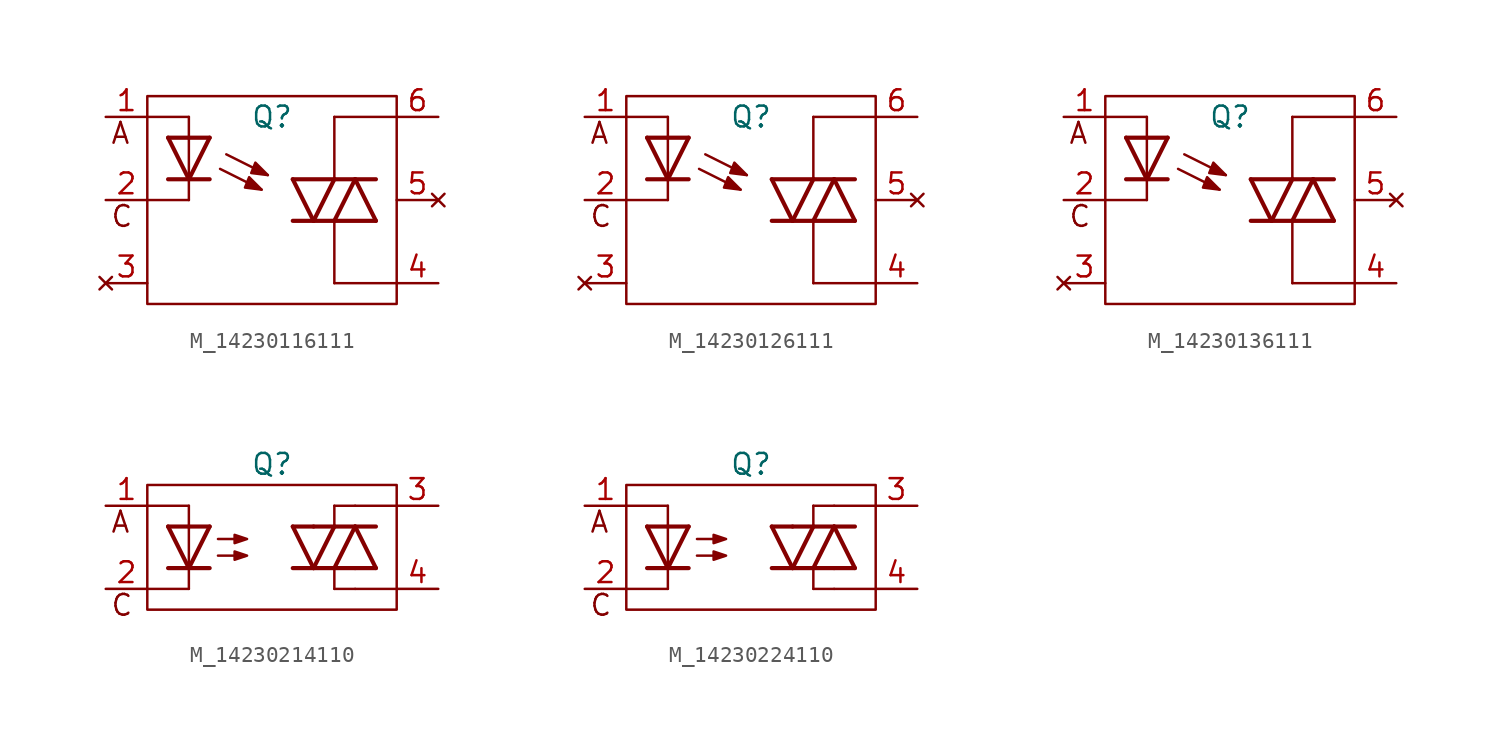
<source format=kicad_sym>
(kicad_symbol_lib
  (version 20220914)
  (generator kicad_symbol_editor)
  (symbol "M_14230116111"
    (pin_names hide)
    (property "Reference" "Q"
      (at 0 5.08 0)
      (effects (font (size 1.27 1.27))))
    (symbol "M_14230116111_0_0"
      (rectangle (start -7.62 6.35) (end 7.62 -6.35) (stroke (width 0) (type default)) (fill (type none)))
      (polyline (pts (xy -5.08 0) (xy -7.62 0)) (stroke (width 0.152) (type default)) (fill (type none)))
      (polyline (pts (xy -5.08 1.27) (xy -6.35 1.27)) (stroke (width 0.254) (type default)) (fill (type none)))
      (polyline (pts (xy -5.08 1.27) (xy -6.35 3.81)) (stroke (width 0.254) (type default)) (fill (type none)))
      (polyline (pts (xy -5.08 1.27) (xy -5.08 0)) (stroke (width 0.152) (type default)) (fill (type none)))
      (polyline (pts (xy -5.08 3.81) (xy -6.35 3.81)) (stroke (width 0.254) (type default)) (fill (type none)))
      (polyline (pts (xy -5.08 3.81) (xy -5.08 1.27)) (stroke (width 0.152) (type default)) (fill (type none)))
      (polyline (pts (xy -5.08 3.81) (xy -5.08 5.08)) (stroke (width 0.152) (type default)) (fill (type none)))
      (polyline (pts (xy -5.08 5.08) (xy -7.62 5.08)) (stroke (width 0.152) (type default)) (fill (type none)))
      (polyline (pts (xy -3.81 1.27) (xy -5.08 1.27)) (stroke (width 0.254) (type default)) (fill (type none)))
      (polyline (pts (xy -3.81 3.81) (xy -5.08 1.27)) (stroke (width 0.254) (type default)) (fill (type none)))
      (polyline (pts (xy -3.81 3.81) (xy -5.08 3.81)) (stroke (width 0.254) (type default)) (fill (type none)))
      (polyline (pts (xy -3.175 1.905) (xy -0.635 0.635)) (stroke (width 0.152) (type default)) (fill (type none)))
      (polyline (pts (xy -2.794 2.794) (xy -0.254 1.524)) (stroke (width 0.152) (type default)) (fill (type none)))
      (polyline (pts (xy 2.54 -1.27) (xy 1.27 -1.27)) (stroke (width 0.254) (type default)) (fill (type none)))
      (polyline (pts (xy 2.54 -1.27) (xy 1.27 1.27)) (stroke (width 0.254) (type default)) (fill (type none)))
      (polyline (pts (xy 3.81 -1.27) (xy 2.54 -1.27)) (stroke (width 0.254) (type default)) (fill (type none)))
      (polyline (pts (xy 3.81 -1.27) (xy 3.81 -5.08)) (stroke (width 0.152) (type default)) (fill (type none)))
      (polyline (pts (xy 3.81 -1.27) (xy 5.08 1.27)) (stroke (width 0.254) (type default)) (fill (type none)))
      (polyline (pts (xy 3.81 -1.27) (xy 6.35 -1.27)) (stroke (width 0.254) (type default)) (fill (type none)))
      (polyline (pts (xy 3.81 1.27) (xy 1.27 1.27)) (stroke (width 0.254) (type default)) (fill (type none)))
      (polyline (pts (xy 3.81 1.27) (xy 2.54 -1.27)) (stroke (width 0.254) (type default)) (fill (type none)))
      (polyline (pts (xy 3.81 1.27) (xy 3.81 5.08)) (stroke (width 0.152) (type default)) (fill (type none)))
      (polyline (pts (xy 3.81 1.27) (xy 5.08 1.27)) (stroke (width 0.254) (type default)) (fill (type none)))
      (polyline (pts (xy 5.08 1.27) (xy 6.35 -1.27)) (stroke (width 0.254) (type default)) (fill (type none)))
      (polyline (pts (xy 5.08 1.27) (xy 6.35 1.27)) (stroke (width 0.254) (type default)) (fill (type none)))
      (polyline (pts (xy 7.62 -5.08) (xy 3.81 -5.08)) (stroke (width 0.152) (type default)) (fill (type none)))
      (polyline (pts (xy 7.62 5.08) (xy 3.81 5.08)) (stroke (width 0.152) (type default)) (fill (type none)))
      (polyline (pts (xy -1.397 1.397) (xy -0.635 0.635) (xy -1.651 0.762) (xy -1.397 1.397)) (stroke (width 0.152) (type default)) (fill (type outline)))
      (polyline (pts (xy -1.016 2.286) (xy -0.254 1.524) (xy -1.27 1.651) (xy -1.016 2.286)) (stroke (width 0.152) (type default)) (fill (type outline)))
      (text "A" (at -9.906 4.826 0) (effects (font (size 1.27 1.27)) (justify left top)))
      (text "C" (at -9.906 -0.254 0) (effects (font (size 1.27 1.27)) (justify left top))))
    (symbol "M_14230116111_1_0"
      (pin passive line (at -10.16 5.08 0) (length 2.54) (name "Anode" (effects (font (size 1.27 1.27)))) (number "1" (effects (font (size 1.27 1.27)))))
      (pin passive line (at -10.16 0 0) (length 2.54) (name "Cathode" (effects (font (size 1.27 1.27)))) (number "2" (effects (font (size 1.27 1.27)))))
      (pin no_connect line (at -10.16 -5.08 0) (length 2.54) (name "NC" (effects (font (size 1.27 1.27)))) (number "3" (effects (font (size 1.27 1.27)))))
      (pin passive line (at 10.16 -5.08 180) (length 2.54) (name "Teminal" (effects (font (size 1.27 1.27)))) (number "4" (effects (font (size 1.27 1.27)))))
      (pin no_connect line (at 10.16 0 180) (length 2.54) (name "NC" (effects (font (size 1.27 1.27)))) (number "5" (effects (font (size 1.27 1.27)))))
      (pin passive line (at 10.16 5.08 180) (length 2.54) (name "Teminal" (effects (font (size 1.27 1.27)))) (number "6" (effects (font (size 1.27 1.27)))))))
  (symbol "M_14230126111"
    (pin_names hide)
    (property "Reference" "Q"
      (at 0 5.08 0)
      (effects (font (size 1.27 1.27))))
    (symbol "M_14230126111_0_0"
      (rectangle (start -7.62 6.35) (end 7.62 -6.35) (stroke (width 0) (type default)) (fill (type none)))
      (polyline (pts (xy -5.08 0) (xy -7.62 0)) (stroke (width 0.152) (type default)) (fill (type none)))
      (polyline (pts (xy -5.08 1.27) (xy -6.35 1.27)) (stroke (width 0.254) (type default)) (fill (type none)))
      (polyline (pts (xy -5.08 1.27) (xy -6.35 3.81)) (stroke (width 0.254) (type default)) (fill (type none)))
      (polyline (pts (xy -5.08 1.27) (xy -5.08 0)) (stroke (width 0.152) (type default)) (fill (type none)))
      (polyline (pts (xy -5.08 3.81) (xy -6.35 3.81)) (stroke (width 0.254) (type default)) (fill (type none)))
      (polyline (pts (xy -5.08 3.81) (xy -5.08 1.27)) (stroke (width 0.152) (type default)) (fill (type none)))
      (polyline (pts (xy -5.08 3.81) (xy -5.08 5.08)) (stroke (width 0.152) (type default)) (fill (type none)))
      (polyline (pts (xy -5.08 5.08) (xy -7.62 5.08)) (stroke (width 0.152) (type default)) (fill (type none)))
      (polyline (pts (xy -3.81 1.27) (xy -5.08 1.27)) (stroke (width 0.254) (type default)) (fill (type none)))
      (polyline (pts (xy -3.81 3.81) (xy -5.08 1.27)) (stroke (width 0.254) (type default)) (fill (type none)))
      (polyline (pts (xy -3.81 3.81) (xy -5.08 3.81)) (stroke (width 0.254) (type default)) (fill (type none)))
      (polyline (pts (xy -3.175 1.905) (xy -0.635 0.635)) (stroke (width 0.152) (type default)) (fill (type none)))
      (polyline (pts (xy -2.794 2.794) (xy -0.254 1.524)) (stroke (width 0.152) (type default)) (fill (type none)))
      (polyline (pts (xy 2.54 -1.27) (xy 1.27 -1.27)) (stroke (width 0.254) (type default)) (fill (type none)))
      (polyline (pts (xy 2.54 -1.27) (xy 1.27 1.27)) (stroke (width 0.254) (type default)) (fill (type none)))
      (polyline (pts (xy 3.81 -1.27) (xy 2.54 -1.27)) (stroke (width 0.254) (type default)) (fill (type none)))
      (polyline (pts (xy 3.81 -1.27) (xy 3.81 -5.08)) (stroke (width 0.152) (type default)) (fill (type none)))
      (polyline (pts (xy 3.81 -1.27) (xy 5.08 1.27)) (stroke (width 0.254) (type default)) (fill (type none)))
      (polyline (pts (xy 3.81 -1.27) (xy 6.35 -1.27)) (stroke (width 0.254) (type default)) (fill (type none)))
      (polyline (pts (xy 3.81 1.27) (xy 1.27 1.27)) (stroke (width 0.254) (type default)) (fill (type none)))
      (polyline (pts (xy 3.81 1.27) (xy 2.54 -1.27)) (stroke (width 0.254) (type default)) (fill (type none)))
      (polyline (pts (xy 3.81 1.27) (xy 3.81 5.08)) (stroke (width 0.152) (type default)) (fill (type none)))
      (polyline (pts (xy 3.81 1.27) (xy 5.08 1.27)) (stroke (width 0.254) (type default)) (fill (type none)))
      (polyline (pts (xy 5.08 1.27) (xy 6.35 -1.27)) (stroke (width 0.254) (type default)) (fill (type none)))
      (polyline (pts (xy 5.08 1.27) (xy 6.35 1.27)) (stroke (width 0.254) (type default)) (fill (type none)))
      (polyline (pts (xy 7.62 -5.08) (xy 3.81 -5.08)) (stroke (width 0.152) (type default)) (fill (type none)))
      (polyline (pts (xy 7.62 5.08) (xy 3.81 5.08)) (stroke (width 0.152) (type default)) (fill (type none)))
      (polyline (pts (xy -1.397 1.397) (xy -0.635 0.635) (xy -1.651 0.762) (xy -1.397 1.397)) (stroke (width 0.152) (type default)) (fill (type outline)))
      (polyline (pts (xy -1.016 2.286) (xy -0.254 1.524) (xy -1.27 1.651) (xy -1.016 2.286)) (stroke (width 0.152) (type default)) (fill (type outline)))
      (text "A" (at -9.906 4.826 0) (effects (font (size 1.27 1.27)) (justify left top)))
      (text "C" (at -9.906 -0.254 0) (effects (font (size 1.27 1.27)) (justify left top))))
    (symbol "M_14230126111_1_0"
      (pin passive line (at -10.16 5.08 0) (length 2.54) (name "Anode" (effects (font (size 1.27 1.27)))) (number "1" (effects (font (size 1.27 1.27)))))
      (pin passive line (at -10.16 0 0) (length 2.54) (name "Cathode" (effects (font (size 1.27 1.27)))) (number "2" (effects (font (size 1.27 1.27)))))
      (pin no_connect line (at -10.16 -5.08 0) (length 2.54) (name "NC" (effects (font (size 1.27 1.27)))) (number "3" (effects (font (size 1.27 1.27)))))
      (pin passive line (at 10.16 -5.08 180) (length 2.54) (name "Teminal" (effects (font (size 1.27 1.27)))) (number "4" (effects (font (size 1.27 1.27)))))
      (pin no_connect line (at 10.16 0 180) (length 2.54) (name "NC" (effects (font (size 1.27 1.27)))) (number "5" (effects (font (size 1.27 1.27)))))
      (pin passive line (at 10.16 5.08 180) (length 2.54) (name "Teminal" (effects (font (size 1.27 1.27)))) (number "6" (effects (font (size 1.27 1.27)))))))
  (symbol "M_14230136111"
    (pin_names hide)
    (property "Reference" "Q"
      (at 0 5.08 0)
      (effects (font (size 1.27 1.27))))
    (symbol "M_14230136111_0_0"
      (rectangle (start -7.62 6.35) (end 7.62 -6.35) (stroke (width 0) (type default)) (fill (type none)))
      (polyline (pts (xy -5.08 0) (xy -7.62 0)) (stroke (width 0.152) (type default)) (fill (type none)))
      (polyline (pts (xy -5.08 1.27) (xy -6.35 1.27)) (stroke (width 0.254) (type default)) (fill (type none)))
      (polyline (pts (xy -5.08 1.27) (xy -6.35 3.81)) (stroke (width 0.254) (type default)) (fill (type none)))
      (polyline (pts (xy -5.08 1.27) (xy -5.08 0)) (stroke (width 0.152) (type default)) (fill (type none)))
      (polyline (pts (xy -5.08 3.81) (xy -6.35 3.81)) (stroke (width 0.254) (type default)) (fill (type none)))
      (polyline (pts (xy -5.08 3.81) (xy -5.08 1.27)) (stroke (width 0.152) (type default)) (fill (type none)))
      (polyline (pts (xy -5.08 3.81) (xy -5.08 5.08)) (stroke (width 0.152) (type default)) (fill (type none)))
      (polyline (pts (xy -5.08 5.08) (xy -7.62 5.08)) (stroke (width 0.152) (type default)) (fill (type none)))
      (polyline (pts (xy -3.81 1.27) (xy -5.08 1.27)) (stroke (width 0.254) (type default)) (fill (type none)))
      (polyline (pts (xy -3.81 3.81) (xy -5.08 1.27)) (stroke (width 0.254) (type default)) (fill (type none)))
      (polyline (pts (xy -3.81 3.81) (xy -5.08 3.81)) (stroke (width 0.254) (type default)) (fill (type none)))
      (polyline (pts (xy -3.175 1.905) (xy -0.635 0.635)) (stroke (width 0.152) (type default)) (fill (type none)))
      (polyline (pts (xy -2.794 2.794) (xy -0.254 1.524)) (stroke (width 0.152) (type default)) (fill (type none)))
      (polyline (pts (xy 2.54 -1.27) (xy 1.27 -1.27)) (stroke (width 0.254) (type default)) (fill (type none)))
      (polyline (pts (xy 2.54 -1.27) (xy 1.27 1.27)) (stroke (width 0.254) (type default)) (fill (type none)))
      (polyline (pts (xy 3.81 -1.27) (xy 2.54 -1.27)) (stroke (width 0.254) (type default)) (fill (type none)))
      (polyline (pts (xy 3.81 -1.27) (xy 3.81 -5.08)) (stroke (width 0.152) (type default)) (fill (type none)))
      (polyline (pts (xy 3.81 -1.27) (xy 5.08 1.27)) (stroke (width 0.254) (type default)) (fill (type none)))
      (polyline (pts (xy 3.81 -1.27) (xy 6.35 -1.27)) (stroke (width 0.254) (type default)) (fill (type none)))
      (polyline (pts (xy 3.81 1.27) (xy 1.27 1.27)) (stroke (width 0.254) (type default)) (fill (type none)))
      (polyline (pts (xy 3.81 1.27) (xy 2.54 -1.27)) (stroke (width 0.254) (type default)) (fill (type none)))
      (polyline (pts (xy 3.81 1.27) (xy 3.81 5.08)) (stroke (width 0.152) (type default)) (fill (type none)))
      (polyline (pts (xy 3.81 1.27) (xy 5.08 1.27)) (stroke (width 0.254) (type default)) (fill (type none)))
      (polyline (pts (xy 5.08 1.27) (xy 6.35 -1.27)) (stroke (width 0.254) (type default)) (fill (type none)))
      (polyline (pts (xy 5.08 1.27) (xy 6.35 1.27)) (stroke (width 0.254) (type default)) (fill (type none)))
      (polyline (pts (xy 7.62 -5.08) (xy 3.81 -5.08)) (stroke (width 0.152) (type default)) (fill (type none)))
      (polyline (pts (xy 7.62 5.08) (xy 3.81 5.08)) (stroke (width 0.152) (type default)) (fill (type none)))
      (polyline (pts (xy -1.397 1.397) (xy -0.635 0.635) (xy -1.651 0.762) (xy -1.397 1.397)) (stroke (width 0.152) (type default)) (fill (type outline)))
      (polyline (pts (xy -1.016 2.286) (xy -0.254 1.524) (xy -1.27 1.651) (xy -1.016 2.286)) (stroke (width 0.152) (type default)) (fill (type outline)))
      (text "A" (at -9.906 4.826 0) (effects (font (size 1.27 1.27)) (justify left top)))
      (text "C" (at -9.906 -0.254 0) (effects (font (size 1.27 1.27)) (justify left top))))
    (symbol "M_14230136111_1_0"
      (pin passive line (at -10.16 5.08 0) (length 2.54) (name "Anode" (effects (font (size 1.27 1.27)))) (number "1" (effects (font (size 1.27 1.27)))))
      (pin passive line (at -10.16 0 0) (length 2.54) (name "Cathode" (effects (font (size 1.27 1.27)))) (number "2" (effects (font (size 1.27 1.27)))))
      (pin no_connect line (at -10.16 -5.08 0) (length 2.54) (name "NC" (effects (font (size 1.27 1.27)))) (number "3" (effects (font (size 1.27 1.27)))))
      (pin passive line (at 10.16 -5.08 180) (length 2.54) (name "Teminal" (effects (font (size 1.27 1.27)))) (number "4" (effects (font (size 1.27 1.27)))))
      (pin no_connect line (at 10.16 0 180) (length 2.54) (name "NC" (effects (font (size 1.27 1.27)))) (number "5" (effects (font (size 1.27 1.27)))))
      (pin passive line (at 10.16 5.08 180) (length 2.54) (name "Teminal" (effects (font (size 1.27 1.27)))) (number "6" (effects (font (size 1.27 1.27)))))))
  (symbol "M_14230214110"
    (pin_names hide)
    (property "Reference" "Q"
      (at 0 5.08 0)
      (effects (font (size 1.27 1.27))))
    (symbol "M_14230214110_0_0"
      (rectangle (start -7.62 3.81) (end 7.62 -3.81) (stroke (width 0) (type default)) (fill (type none)))
      (polyline (pts (xy -5.08 -2.54) (xy -7.62 -2.54)) (stroke (width 0.152) (type default)) (fill (type none)))
      (polyline (pts (xy -5.08 -1.27) (xy -6.35 -1.27)) (stroke (width 0.254) (type default)) (fill (type none)))
      (polyline (pts (xy -5.08 -1.27) (xy -6.35 1.27)) (stroke (width 0.254) (type default)) (fill (type none)))
      (polyline (pts (xy -5.08 -1.27) (xy -5.08 -2.54)) (stroke (width 0.152) (type default)) (fill (type none)))
      (polyline (pts (xy -5.08 1.27) (xy -6.35 1.27)) (stroke (width 0.254) (type default)) (fill (type none)))
      (polyline (pts (xy -5.08 1.27) (xy -5.08 -1.27)) (stroke (width 0.152) (type default)) (fill (type none)))
      (polyline (pts (xy -5.08 1.27) (xy -5.08 2.54)) (stroke (width 0.152) (type default)) (fill (type none)))
      (polyline (pts (xy -5.08 2.54) (xy -7.62 2.54)) (stroke (width 0.152) (type default)) (fill (type none)))
      (polyline (pts (xy -3.81 -1.27) (xy -5.08 -1.27)) (stroke (width 0.254) (type default)) (fill (type none)))
      (polyline (pts (xy -3.81 1.27) (xy -5.08 -1.27)) (stroke (width 0.254) (type default)) (fill (type none)))
      (polyline (pts (xy -3.81 1.27) (xy -5.08 1.27)) (stroke (width 0.254) (type default)) (fill (type none)))
      (polyline (pts (xy -3.302 -0.508) (xy -2.032 -0.508)) (stroke (width 0.152) (type default)) (fill (type none)))
      (polyline (pts (xy -3.302 0.508) (xy -2.032 0.508)) (stroke (width 0.152) (type default)) (fill (type none)))
      (polyline (pts (xy 2.54 -1.27) (xy 1.27 -1.27)) (stroke (width 0.254) (type default)) (fill (type none)))
      (polyline (pts (xy 2.54 -1.27) (xy 1.27 1.27)) (stroke (width 0.254) (type default)) (fill (type none)))
      (polyline (pts (xy 2.54 1.27) (xy 1.27 1.27)) (stroke (width 0.254) (type default)) (fill (type none)))
      (polyline (pts (xy 3.81 -2.54) (xy 5.08 -2.54)) (stroke (width 0.152) (type default)) (fill (type none)))
      (polyline (pts (xy 3.81 -1.27) (xy 2.54 -1.27)) (stroke (width 0.254) (type default)) (fill (type none)))
      (polyline (pts (xy 3.81 -1.27) (xy 3.81 -2.54)) (stroke (width 0.152) (type default)) (fill (type none)))
      (polyline (pts (xy 3.81 -1.27) (xy 5.08 -1.27)) (stroke (width 0.254) (type default)) (fill (type none)))
      (polyline (pts (xy 3.81 -1.27) (xy 5.08 1.27)) (stroke (width 0.254) (type default)) (fill (type none)))
      (polyline (pts (xy 3.81 1.27) (xy 2.54 -1.27)) (stroke (width 0.254) (type default)) (fill (type none)))
      (polyline (pts (xy 3.81 1.27) (xy 2.54 1.27)) (stroke (width 0.254) (type default)) (fill (type none)))
      (polyline (pts (xy 3.81 1.27) (xy 3.81 2.54)) (stroke (width 0.152) (type default)) (fill (type none)))
      (polyline (pts (xy 3.81 1.27) (xy 5.08 1.27)) (stroke (width 0.254) (type default)) (fill (type none)))
      (polyline (pts (xy 5.08 -1.27) (xy 6.35 -1.27)) (stroke (width 0.254) (type default)) (fill (type none)))
      (polyline (pts (xy 5.08 1.27) (xy 6.35 -1.27)) (stroke (width 0.254) (type default)) (fill (type none)))
      (polyline (pts (xy 5.08 1.27) (xy 6.35 1.27)) (stroke (width 0.254) (type default)) (fill (type none)))
      (polyline (pts (xy 5.08 2.54) (xy 3.81 2.54)) (stroke (width 0.152) (type default)) (fill (type none)))
      (polyline (pts (xy 7.62 -2.54) (xy 5.08 -2.54)) (stroke (width 0.152) (type default)) (fill (type none)))
      (polyline (pts (xy 7.62 2.54) (xy 5.08 2.54)) (stroke (width 0.152) (type default)) (fill (type none)))
      (polyline (pts (xy -2.286 -0.254) (xy -1.524 -0.508) (xy -2.286 -0.762) (xy -2.286 -0.254)) (stroke (width 0.152) (type default)) (fill (type outline)))
      (polyline (pts (xy -2.286 0.762) (xy -1.524 0.508) (xy -2.286 0.254) (xy -2.286 0.762)) (stroke (width 0.152) (type default)) (fill (type outline)))
      (text "A" (at -9.906 2.286 0) (effects (font (size 1.27 1.27)) (justify left top)))
      (text "C" (at -9.906 -2.794 0) (effects (font (size 1.27 1.27)) (justify left top))))
    (symbol "M_14230214110_1_0"
      (pin passive line (at -10.16 2.54 0) (length 2.54) (name "Anode" (effects (font (size 1.27 1.27)))) (number "1" (effects (font (size 1.27 1.27)))))
      (pin passive line (at -10.16 -2.54 0) (length 2.54) (name "Cathode" (effects (font (size 1.27 1.27)))) (number "2" (effects (font (size 1.27 1.27)))))
      (pin passive line (at 10.16 2.54 180) (length 2.54) (name "Teminal" (effects (font (size 1.27 1.27)))) (number "3" (effects (font (size 1.27 1.27)))))
      (pin passive line (at 10.16 -2.54 180) (length 2.54) (name "Teminal" (effects (font (size 1.27 1.27)))) (number "4" (effects (font (size 1.27 1.27)))))))
  (symbol "M_14230224110"
    (pin_names hide)
    (property "Reference" "Q"
      (at 0 5.08 0)
      (effects (font (size 1.27 1.27))))
    (symbol "M_14230224110_0_0"
      (rectangle (start -7.62 3.81) (end 7.62 -3.81) (stroke (width 0) (type default)) (fill (type none)))
      (polyline (pts (xy -5.08 -2.54) (xy -7.62 -2.54)) (stroke (width 0.152) (type default)) (fill (type none)))
      (polyline (pts (xy -5.08 -1.27) (xy -6.35 -1.27)) (stroke (width 0.254) (type default)) (fill (type none)))
      (polyline (pts (xy -5.08 -1.27) (xy -6.35 1.27)) (stroke (width 0.254) (type default)) (fill (type none)))
      (polyline (pts (xy -5.08 -1.27) (xy -5.08 -2.54)) (stroke (width 0.152) (type default)) (fill (type none)))
      (polyline (pts (xy -5.08 1.27) (xy -6.35 1.27)) (stroke (width 0.254) (type default)) (fill (type none)))
      (polyline (pts (xy -5.08 1.27) (xy -5.08 -1.27)) (stroke (width 0.152) (type default)) (fill (type none)))
      (polyline (pts (xy -5.08 1.27) (xy -5.08 2.54)) (stroke (width 0.152) (type default)) (fill (type none)))
      (polyline (pts (xy -5.08 2.54) (xy -7.62 2.54)) (stroke (width 0.152) (type default)) (fill (type none)))
      (polyline (pts (xy -3.81 -1.27) (xy -5.08 -1.27)) (stroke (width 0.254) (type default)) (fill (type none)))
      (polyline (pts (xy -3.81 1.27) (xy -5.08 -1.27)) (stroke (width 0.254) (type default)) (fill (type none)))
      (polyline (pts (xy -3.81 1.27) (xy -5.08 1.27)) (stroke (width 0.254) (type default)) (fill (type none)))
      (polyline (pts (xy -3.302 -0.508) (xy -2.032 -0.508)) (stroke (width 0.152) (type default)) (fill (type none)))
      (polyline (pts (xy -3.302 0.508) (xy -2.032 0.508)) (stroke (width 0.152) (type default)) (fill (type none)))
      (polyline (pts (xy 2.54 -1.27) (xy 1.27 -1.27)) (stroke (width 0.254) (type default)) (fill (type none)))
      (polyline (pts (xy 2.54 -1.27) (xy 1.27 1.27)) (stroke (width 0.254) (type default)) (fill (type none)))
      (polyline (pts (xy 2.54 1.27) (xy 1.27 1.27)) (stroke (width 0.254) (type default)) (fill (type none)))
      (polyline (pts (xy 3.81 -2.54) (xy 5.08 -2.54)) (stroke (width 0.152) (type default)) (fill (type none)))
      (polyline (pts (xy 3.81 -1.27) (xy 2.54 -1.27)) (stroke (width 0.254) (type default)) (fill (type none)))
      (polyline (pts (xy 3.81 -1.27) (xy 3.81 -2.54)) (stroke (width 0.152) (type default)) (fill (type none)))
      (polyline (pts (xy 3.81 -1.27) (xy 5.08 -1.27)) (stroke (width 0.254) (type default)) (fill (type none)))
      (polyline (pts (xy 3.81 -1.27) (xy 5.08 1.27)) (stroke (width 0.254) (type default)) (fill (type none)))
      (polyline (pts (xy 3.81 1.27) (xy 2.54 -1.27)) (stroke (width 0.254) (type default)) (fill (type none)))
      (polyline (pts (xy 3.81 1.27) (xy 2.54 1.27)) (stroke (width 0.254) (type default)) (fill (type none)))
      (polyline (pts (xy 3.81 1.27) (xy 3.81 2.54)) (stroke (width 0.152) (type default)) (fill (type none)))
      (polyline (pts (xy 3.81 1.27) (xy 5.08 1.27)) (stroke (width 0.254) (type default)) (fill (type none)))
      (polyline (pts (xy 5.08 -1.27) (xy 6.35 -1.27)) (stroke (width 0.254) (type default)) (fill (type none)))
      (polyline (pts (xy 5.08 1.27) (xy 6.35 -1.27)) (stroke (width 0.254) (type default)) (fill (type none)))
      (polyline (pts (xy 5.08 1.27) (xy 6.35 1.27)) (stroke (width 0.254) (type default)) (fill (type none)))
      (polyline (pts (xy 5.08 2.54) (xy 3.81 2.54)) (stroke (width 0.152) (type default)) (fill (type none)))
      (polyline (pts (xy 7.62 -2.54) (xy 5.08 -2.54)) (stroke (width 0.152) (type default)) (fill (type none)))
      (polyline (pts (xy 7.62 2.54) (xy 5.08 2.54)) (stroke (width 0.152) (type default)) (fill (type none)))
      (polyline (pts (xy -2.286 -0.254) (xy -1.524 -0.508) (xy -2.286 -0.762) (xy -2.286 -0.254)) (stroke (width 0.152) (type default)) (fill (type outline)))
      (polyline (pts (xy -2.286 0.762) (xy -1.524 0.508) (xy -2.286 0.254) (xy -2.286 0.762)) (stroke (width 0.152) (type default)) (fill (type outline)))
      (text "A" (at -9.906 2.286 0) (effects (font (size 1.27 1.27)) (justify left top)))
      (text "C" (at -9.906 -2.794 0) (effects (font (size 1.27 1.27)) (justify left top))))
    (symbol "M_14230224110_1_0"
      (pin passive line (at -10.16 2.54 0) (length 2.54) (name "Anode" (effects (font (size 1.27 1.27)))) (number "1" (effects (font (size 1.27 1.27)))))
      (pin passive line (at -10.16 -2.54 0) (length 2.54) (name "Cathode" (effects (font (size 1.27 1.27)))) (number "2" (effects (font (size 1.27 1.27)))))
      (pin passive line (at 10.16 2.54 180) (length 2.54) (name "Teminal" (effects (font (size 1.27 1.27)))) (number "3" (effects (font (size 1.27 1.27)))))
      (pin passive line (at 10.16 -2.54 180) (length 2.54) (name "Teminal" (effects (font (size 1.27 1.27)))) (number "4" (effects (font (size 1.27 1.27))))))))
</source>
